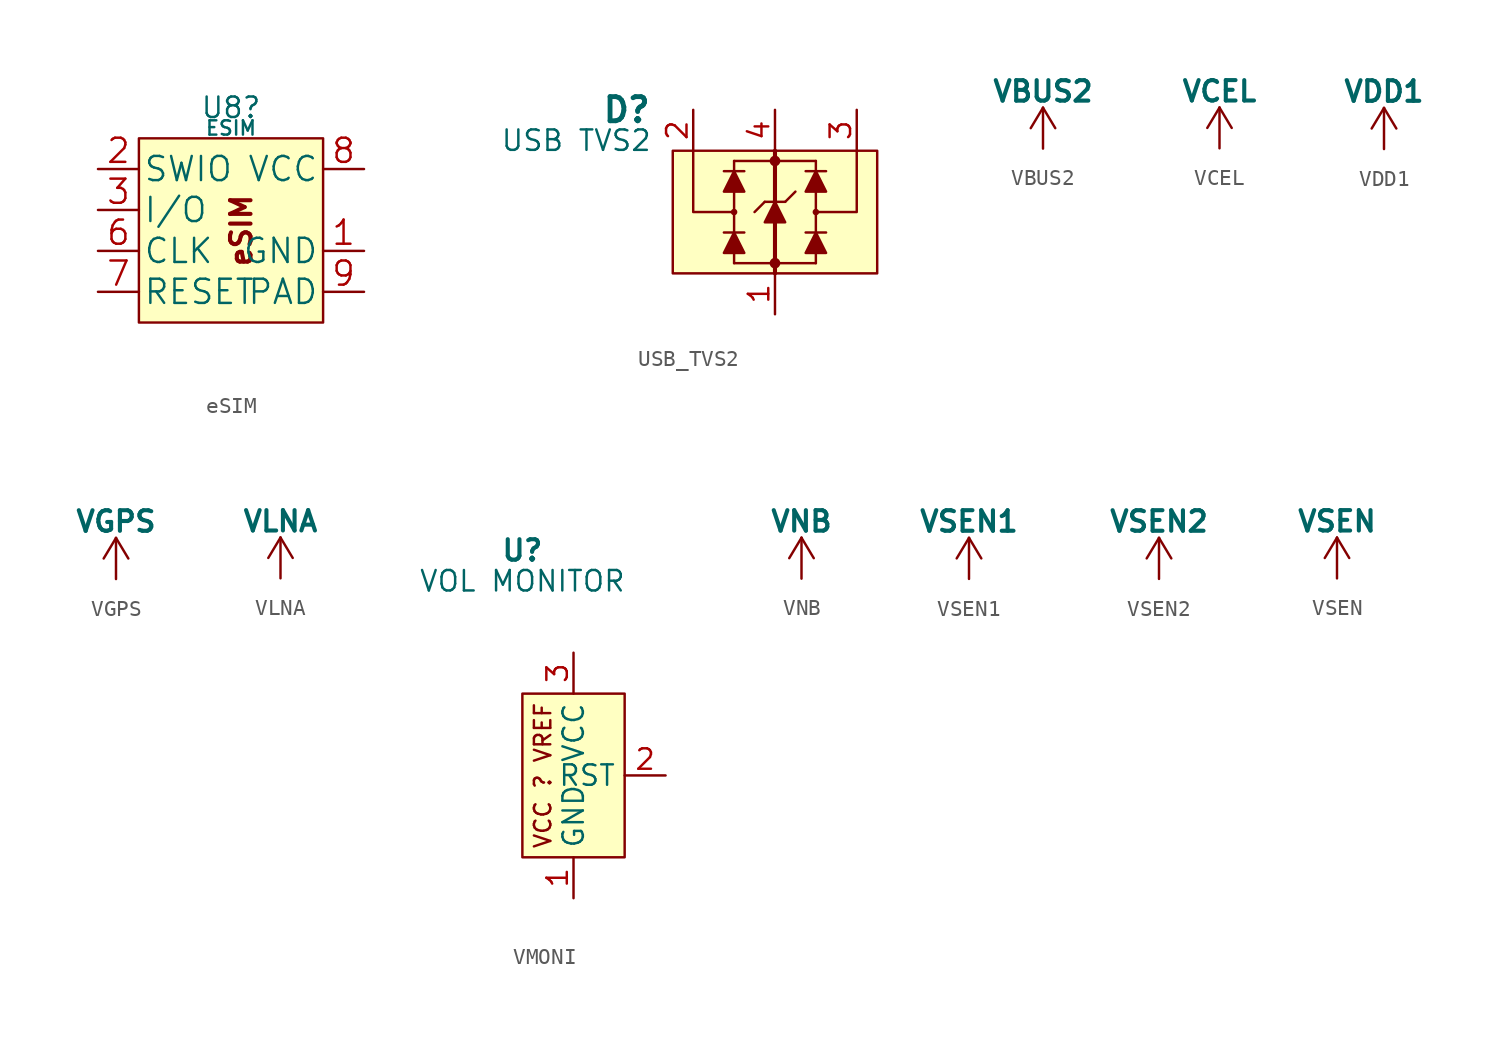
<source format=kicad_sym>
(kicad_symbol_lib
  (version 20231120)
  (generator "kicad_symbol_editor")
  (generator_version "8.0")
  (symbol "eSIM"
    (pin_names
      (offset 0.254))
    (property "Reference" "U8"
      (at 0 1.905 0)
      (effects (font (size 1.27 1.27))))
    (property "Value" "ESIM"
      (at 0 0.635 0)
      (effects (font (size 0.889 0.889))))
    (symbol "eSIM_1_1"
      (rectangle (start -5.715 0) (end 5.715 -11.43) (stroke (width 0) (type default)) (fill (type background)))
      (text "eSIM" (at 0.635 -5.715 900) (effects (font (size 1.27 1.27) (bold yes))))
      (pin power_in line (at 8.255 -6.985 180) (length 2.54) (name "GND" (effects (font (size 1.499 1.499)))) (number "1" (effects (font (size 1.499 1.499)))))
      (pin passive line (at -8.255 -1.905 0) (length 2.54) (name "SWIO" (effects (font (size 1.499 1.499)))) (number "2" (effects (font (size 1.499 1.499)))))
      (pin passive line (at -8.255 -4.445 0) (length 2.54) (name "I/O" (effects (font (size 1.499 1.499)))) (number "3" (effects (font (size 1.499 1.499)))))
      (pin no_connect line (at -1.27 -13.97 90) (length 2.54) hide (name "NC" (effects (font (size 1.499 1.499)))) (number "4" (effects (font (size 1.499 1.499)))))
      (pin no_connect line (at 1.27 -13.97 90) (length 2.54) hide (name "NC" (effects (font (size 1.499 1.499)))) (number "5" (effects (font (size 1.499 1.499)))))
      (pin passive line (at -8.255 -6.985 0) (length 2.54) (name "CLK" (effects (font (size 1.499 1.499)))) (number "6" (effects (font (size 1.499 1.499)))))
      (pin passive line (at -8.255 -9.525 0) (length 2.54) (name "RESET" (effects (font (size 1.499 1.499)))) (number "7" (effects (font (size 1.499 1.499)))))
      (pin power_in line (at 8.255 -1.905 180) (length 2.54) (name "VCC" (effects (font (size 1.499 1.499)))) (number "8" (effects (font (size 1.499 1.499)))))
      (pin passive line (at 8.255 -9.525 180) (length 2.54) (name "PAD" (effects (font (size 1.499 1.499)))) (number "9" (effects (font (size 1.499 1.499)))))))
  (symbol "USB_TVS2"
    (pin_names hide)
    (property "Reference" "D"
      (at 7.62 0 0)
      (effects (font (size 1.5 1.5) (bold yes)) (justify right)))
    (property "Value" "USB TVS2"
      (at 7.62 -1.905 0)
      (effects (font (size 1.27 1.27)) (justify right)))
    (symbol "USB_TVS2_0_1"
      (polyline (pts (xy 12.065 -7.62) (xy 13.335 -7.62)) (stroke (width 0) (type default)) (fill (type none)))
      (polyline (pts (xy 12.065 -3.81) (xy 13.335 -3.81)) (stroke (width 0) (type default)) (fill (type none)))
      (polyline (pts (xy 14.605 -5.715) (xy 15.875 -5.715)) (stroke (width 0) (type default)) (fill (type none)))
      (polyline (pts (xy 17.145 -7.62) (xy 18.415 -7.62)) (stroke (width 0) (type default)) (fill (type none)))
      (polyline (pts (xy 17.145 -3.81) (xy 18.415 -3.81)) (stroke (width 0) (type default)) (fill (type none)))
      (polyline (pts (xy 10.16 -2.54) (xy 10.16 -6.35) (xy 12.7 -6.35)) (stroke (width 0) (type default)) (fill (type none)))
      (polyline (pts (xy 20.32 -2.54) (xy 20.32 -6.35) (xy 17.78 -6.35)) (stroke (width 0) (type default)) (fill (type none))))
    (symbol "USB_TVS2_1_1"
      (polyline (pts (xy 12.7 -9.525) (xy 17.78 -9.525)) (stroke (width 0) (type default)) (fill (type none)))
      (polyline (pts (xy 12.7 -8.89) (xy 12.7 -9.525)) (stroke (width 0) (type default)) (fill (type none)))
      (polyline (pts (xy 12.7 -5.08) (xy 12.7 -7.62)) (stroke (width 0) (type default)) (fill (type none)))
      (polyline (pts (xy 12.7 -3.81) (xy 12.7 -3.175)) (stroke (width 0) (type default)) (fill (type none)))
      (polyline (pts (xy 14.605 -5.715) (xy 13.97 -6.35)) (stroke (width 0) (type default)) (fill (type none)))
      (polyline (pts (xy 15.24 -10.16) (xy 15.24 -5.715)) (stroke (width 0.254) (type default)) (fill (type none)))
      (polyline (pts (xy 15.24 -2.54) (xy 15.24 -5.715)) (stroke (width 0.254) (type default)) (fill (type none)))
      (polyline (pts (xy 15.875 -5.715) (xy 16.51 -5.08)) (stroke (width 0) (type default)) (fill (type none)))
      (polyline (pts (xy 17.78 -9.525) (xy 17.78 -8.89)) (stroke (width 0) (type default)) (fill (type none)))
      (polyline (pts (xy 17.78 -7.62) (xy 17.78 -5.08)) (stroke (width 0) (type default)) (fill (type none)))
      (polyline (pts (xy 17.78 -3.81) (xy 17.78 -3.175)) (stroke (width 0) (type default)) (fill (type none)))
      (polyline (pts (xy 17.78 -3.175) (xy 12.7 -3.175)) (stroke (width 0) (type default)) (fill (type none)))
      (polyline (pts (xy 12.065 -8.89) (xy 13.335 -8.89) (xy 12.7 -7.62) (xy 12.065 -8.89)) (stroke (width 0) (type default)) (fill (type outline)))
      (polyline (pts (xy 12.065 -5.08) (xy 13.335 -5.08) (xy 12.7 -3.81) (xy 12.065 -5.08)) (stroke (width 0) (type default)) (fill (type outline)))
      (polyline (pts (xy 14.605 -6.985) (xy 15.875 -6.985) (xy 15.24 -5.715) (xy 14.605 -6.985)) (stroke (width 0) (type default)) (fill (type outline)))
      (polyline (pts (xy 17.145 -8.89) (xy 18.415 -8.89) (xy 17.78 -7.62) (xy 17.145 -8.89)) (stroke (width 0) (type default)) (fill (type outline)))
      (polyline (pts (xy 17.145 -5.08) (xy 18.415 -5.08) (xy 17.78 -3.81) (xy 17.145 -5.08)) (stroke (width 0) (type default)) (fill (type outline)))
      (rectangle (start 8.89 -2.54) (end 21.59 -10.16) (stroke (width 0) (type default)) (fill (type background)))
      (circle (center 12.7 -6.35) (radius 0.127) (stroke (width 0) (type default)) (fill (type none)))
      (circle (center 15.24 -9.525) (radius 0.254) (stroke (width 0) (type default)) (fill (type outline)))
      (circle (center 15.24 -3.175) (radius 0.254) (stroke (width 0) (type default)) (fill (type outline)))
      (circle (center 17.78 -6.35) (radius 0.127) (stroke (width 0) (type default)) (fill (type none)))
      (pin power_in line (at 15.24 -12.7 90) (length 2.54) (name "GND" (effects (font (size 1.27 1.27)))) (number "1" (effects (font (size 1.27 1.27)))))
      (pin bidirectional line (at 10.16 0 270) (length 2.54) (name "A" (effects (font (size 1.27 1.27)))) (number "2" (effects (font (size 1.27 1.27)))))
      (pin bidirectional line (at 20.32 0 270) (length 2.54) (name "B" (effects (font (size 1.27 1.27)))) (number "3" (effects (font (size 1.27 1.27)))))
      (pin power_in line (at 15.24 0 270) (length 2.54) (name "VDD" (effects (font (size 1.27 1.27)))) (number "4" (effects (font (size 1.27 1.27)))))))
  (symbol "VBUS2"
    (power)
    (pin_names
      (offset 0))
    (property "Reference" "#PWR"
      (at 0 -3.81 0)
      (effects (font (size 1.27 1.27)) (hide yes)))
    (property "Value" "VBUS2"
      (at 0 3.556 0)
      (effects (font (size 1.27 1.27) (bold yes))))
    (symbol "VBUS2_0_1"
      (polyline (pts (xy -0.762 1.27) (xy 0 2.54)) (stroke (width 0) (type solid)) (fill (type none)))
      (polyline (pts (xy 0 0) (xy 0 2.54)) (stroke (width 0) (type solid)) (fill (type none)))
      (polyline (pts (xy 0 2.54) (xy 0.762 1.27)) (stroke (width 0) (type solid)) (fill (type none))))
    (symbol "VBUS2_1_1"
      (pin power_in line (at 0 0 90) (length 0) hide (name "VBUS2" (effects (font (size 1.27 1.27)))) (number "1" (effects (font (size 1.27 1.27)))))))
  (symbol "VCEL"
    (power)
    (pin_names
      (offset 0))
    (property "Reference" "#PWR"
      (at 0 -3.81 0)
      (effects (font (size 1.27 1.27)) (hide yes)))
    (property "Value" "VCEL"
      (at 0 3.556 0)
      (effects (font (size 1.27 1.27) (bold yes))))
    (symbol "VCEL_0_1"
      (polyline (pts (xy -0.762 1.27) (xy 0 2.54)) (stroke (width 0) (type solid)) (fill (type none)))
      (polyline (pts (xy 0 0) (xy 0 2.54)) (stroke (width 0) (type solid)) (fill (type none)))
      (polyline (pts (xy 0 2.54) (xy 0.762 1.27)) (stroke (width 0) (type solid)) (fill (type none))))
    (symbol "VCEL_1_1"
      (pin power_in line (at 0 0 90) (length 0) hide (name "VCEL" (effects (font (size 1.27 1.27)))) (number "1" (effects (font (size 1.27 1.27)))))))
  (symbol "VDD1"
    (power)
    (pin_names
      (offset 0))
    (property "Reference" "#PWR"
      (at 0 -3.81 0)
      (effects (font (size 1.27 1.27)) (hide yes)))
    (property "Value" "VDD1"
      (at 0 3.556 0)
      (effects (font (size 1.27 1.27) (bold yes))))
    (symbol "VDD1_0_1"
      (polyline (pts (xy -0.762 1.27) (xy 0 2.54)) (stroke (width 0) (type solid)) (fill (type none)))
      (polyline (pts (xy 0 0) (xy 0 2.54)) (stroke (width 0) (type solid)) (fill (type none)))
      (polyline (pts (xy 0 2.54) (xy 0.762 1.27)) (stroke (width 0) (type solid)) (fill (type none))))
    (symbol "VDD1_1_1"
      (pin power_in line (at 0 0 90) (length 0) hide (name "VDD1" (effects (font (size 1.27 1.27)))) (number "1" (effects (font (size 1.27 1.27)))))))
  (symbol "VGPS"
    (power)
    (pin_names
      (offset 0))
    (property "Reference" "#PWR"
      (at 0 -3.81 0)
      (effects (font (size 1.27 1.27)) (hide yes)))
    (property "Value" "VGPS"
      (at 0 3.556 0)
      (effects (font (size 1.27 1.27) (bold yes))))
    (symbol "VGPS_0_1"
      (polyline (pts (xy -0.762 1.27) (xy 0 2.54)) (stroke (width 0) (type solid)) (fill (type none)))
      (polyline (pts (xy 0 0) (xy 0 2.54)) (stroke (width 0) (type solid)) (fill (type none)))
      (polyline (pts (xy 0 2.54) (xy 0.762 1.27)) (stroke (width 0) (type solid)) (fill (type none))))
    (symbol "VGPS_1_1"
      (pin power_in line (at 0 0 90) (length 0) hide (name "VGPS" (effects (font (size 1.27 1.27)))) (number "1" (effects (font (size 1.27 1.27)))))))
  (symbol "VLNA"
    (power)
    (pin_names
      (offset 0))
    (property "Reference" "#PWR"
      (at 0 -3.81 0)
      (effects (font (size 1.27 1.27)) (hide yes)))
    (property "Value" "VLNA"
      (at 0 3.556 0)
      (effects (font (size 1.27 1.27) (bold yes))))
    (symbol "VLNA_0_1"
      (polyline (pts (xy -0.762 1.27) (xy 0 2.54)) (stroke (width 0) (type solid)) (fill (type none)))
      (polyline (pts (xy 0 0) (xy 0 2.54)) (stroke (width 0) (type solid)) (fill (type none)))
      (polyline (pts (xy 0 2.54) (xy 0.762 1.27)) (stroke (width 0) (type solid)) (fill (type none))))
    (symbol "VLNA_1_1"
      (pin power_in line (at 0 0 90) (length 0) hide (name "VLNA" (effects (font (size 1.27 1.27)))) (number "1" (effects (font (size 1.27 1.27)))))))
  (symbol "VMONI"
    (property "Reference" "U"
      (at 0 0 0)
      (effects (font (size 1.27 1.27) (bold yes))))
    (property "Value" "VOL MONITOR"
      (at 0 -1.905 0)
      (effects (font (size 1.27 1.27))))
    (symbol "VMONI_1_1"
      (rectangle (start 0 -8.89) (end 6.35 -19.05) (stroke (width 0) (type default)) (fill (type background)))
      (text "VCC ? VREF" (at 1.27 -13.97 900) (effects (font (size 1.016 1.016))))
      (pin passive line (at 3.175 -21.59 90) (length 2.54) (name "GND" (effects (font (size 1.27 1.27)))) (number "1" (effects (font (size 1.27 1.27)))))
      (pin output line (at 8.89 -13.97 180) (length 2.54) (name "RST" (effects (font (size 1.27 1.27)))) (number "2" (effects (font (size 1.27 1.27)))))
      (pin power_in line (at 3.175 -6.35 270) (length 2.54) (name "VCC" (effects (font (size 1.27 1.27)))) (number "3" (effects (font (size 1.27 1.27)))))))
  (symbol "VNB"
    (power)
    (pin_names
      (offset 0))
    (property "Reference" "#PWR"
      (at 0 -3.81 0)
      (effects (font (size 1.27 1.27)) (hide yes)))
    (property "Value" "VNB"
      (at 0 3.556 0)
      (effects (font (size 1.27 1.27) (bold yes))))
    (symbol "VNB_0_1"
      (polyline (pts (xy -0.762 1.27) (xy 0 2.54)) (stroke (width 0) (type solid)) (fill (type none)))
      (polyline (pts (xy 0 0) (xy 0 2.54)) (stroke (width 0) (type solid)) (fill (type none)))
      (polyline (pts (xy 0 2.54) (xy 0.762 1.27)) (stroke (width 0) (type solid)) (fill (type none))))
    (symbol "VNB_1_1"
      (pin power_in line (at 0 0 90) (length 0) hide (name "VNB" (effects (font (size 1.27 1.27)))) (number "1" (effects (font (size 1.27 1.27)))))))
  (symbol "VSEN1"
    (power)
    (pin_names
      (offset 0))
    (property "Reference" "#PWR"
      (at 0 -3.81 0)
      (effects (font (size 1.27 1.27)) (hide yes)))
    (property "Value" "VSEN1"
      (at 0 3.556 0)
      (effects (font (size 1.27 1.27) (bold yes))))
    (symbol "VSEN1_0_1"
      (polyline (pts (xy -0.762 1.27) (xy 0 2.54)) (stroke (width 0) (type solid)) (fill (type none)))
      (polyline (pts (xy 0 0) (xy 0 2.54)) (stroke (width 0) (type solid)) (fill (type none)))
      (polyline (pts (xy 0 2.54) (xy 0.762 1.27)) (stroke (width 0) (type solid)) (fill (type none))))
    (symbol "VSEN1_1_1"
      (pin power_in line (at 0 0 90) (length 0) hide (name "VSEN1" (effects (font (size 1.27 1.27)))) (number "1" (effects (font (size 1.27 1.27)))))))
  (symbol "VSEN2"
    (power)
    (pin_names
      (offset 0))
    (property "Reference" "#PWR"
      (at 0 -3.81 0)
      (effects (font (size 1.27 1.27)) (hide yes)))
    (property "Value" "VSEN2"
      (at 0 3.556 0)
      (effects (font (size 1.27 1.27) (bold yes))))
    (symbol "VSEN2_0_1"
      (polyline (pts (xy -0.762 1.27) (xy 0 2.54)) (stroke (width 0) (type solid)) (fill (type none)))
      (polyline (pts (xy 0 0) (xy 0 2.54)) (stroke (width 0) (type solid)) (fill (type none)))
      (polyline (pts (xy 0 2.54) (xy 0.762 1.27)) (stroke (width 0) (type solid)) (fill (type none))))
    (symbol "VSEN2_1_1"
      (pin power_in line (at 0 0 90) (length 0) hide (name "VSEN2" (effects (font (size 1.27 1.27)))) (number "1" (effects (font (size 1.27 1.27)))))))
  (symbol "VSEN"
    (power)
    (pin_names
      (offset 0))
    (property "Reference" "#PWR"
      (at 0 -3.81 0)
      (effects (font (size 1.27 1.27)) (hide yes)))
    (property "Value" "VSEN"
      (at 0 3.556 0)
      (effects (font (size 1.27 1.27) (bold yes))))
    (symbol "VSEN_0_1"
      (polyline (pts (xy -0.762 1.27) (xy 0 2.54)) (stroke (width 0) (type solid)) (fill (type none)))
      (polyline (pts (xy 0 0) (xy 0 2.54)) (stroke (width 0) (type solid)) (fill (type none)))
      (polyline (pts (xy 0 2.54) (xy 0.762 1.27)) (stroke (width 0) (type solid)) (fill (type none))))
    (symbol "VSEN_1_1"
      (pin power_in line (at 0 0 90) (length 0) hide (name "VSEN" (effects (font (size 1.27 1.27)))) (number "1" (effects (font (size 1.27 1.27))))))))
</source>
